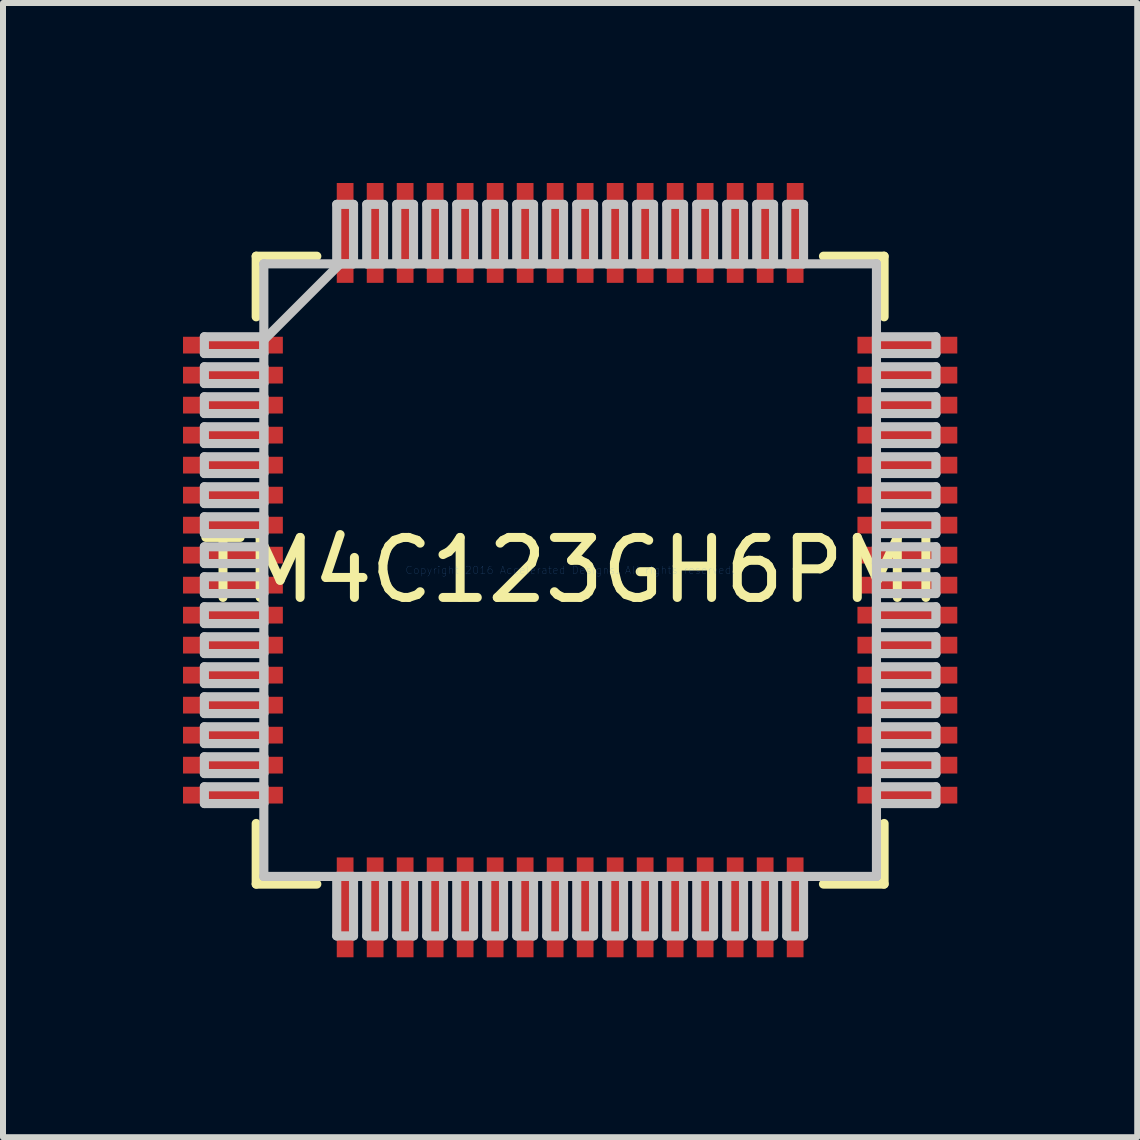
<source format=kicad_pcb>
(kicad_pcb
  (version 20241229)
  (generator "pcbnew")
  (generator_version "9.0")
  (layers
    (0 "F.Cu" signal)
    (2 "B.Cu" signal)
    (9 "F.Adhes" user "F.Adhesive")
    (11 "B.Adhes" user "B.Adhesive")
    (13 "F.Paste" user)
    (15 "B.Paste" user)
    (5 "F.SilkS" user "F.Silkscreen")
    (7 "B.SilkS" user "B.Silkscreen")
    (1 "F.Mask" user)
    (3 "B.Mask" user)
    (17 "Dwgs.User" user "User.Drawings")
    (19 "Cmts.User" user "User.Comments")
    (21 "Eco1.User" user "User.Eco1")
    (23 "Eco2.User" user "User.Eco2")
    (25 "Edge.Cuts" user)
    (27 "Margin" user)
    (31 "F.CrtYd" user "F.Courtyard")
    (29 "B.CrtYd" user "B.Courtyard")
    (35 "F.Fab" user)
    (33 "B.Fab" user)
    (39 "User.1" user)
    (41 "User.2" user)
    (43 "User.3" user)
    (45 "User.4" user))
  (footprint "TM4C123GH6PMI"
    (layer "F.Cu")
    (at 6.452 6.452)
    (property "Reference" "TM4C123GH6PMI" (at 0 0 0) (layer "F.SilkS") (effects (font (size 1 1) (thickness 0.15))))
    (attr through_hole)
    (fp_line (start -5.232 -5.232) (end -5.232 -4.222) (stroke (width 0.152) (type solid)) (layer "F.SilkS"))
    (fp_line (start -5.232 4.222) (end -5.232 5.232) (stroke (width 0.152) (type solid)) (layer "F.SilkS"))
    (fp_line (start -5.232 5.232) (end -4.222 5.232) (stroke (width 0.152) (type solid)) (layer "F.SilkS"))
    (fp_line (start -4.222 -5.232) (end -5.232 -5.232) (stroke (width 0.152) (type solid)) (layer "F.SilkS"))
    (fp_line (start 4.222 5.232) (end 5.232 5.232) (stroke (width 0.152) (type solid)) (layer "F.SilkS"))
    (fp_line (start 5.232 -5.232) (end 4.222 -5.232) (stroke (width 0.152) (type solid)) (layer "F.SilkS"))
    (fp_line (start 5.232 -4.222) (end 5.232 -5.232) (stroke (width 0.152) (type solid)) (layer "F.SilkS"))
    (fp_line (start 5.232 5.232) (end 5.232 4.222) (stroke (width 0.152) (type solid)) (layer "F.SilkS"))
    (fp_line (start -6.096 -3.89) (end -6.096 -3.61) (stroke (width 0.152) (type solid)) (layer "Dwgs.User"))
    (fp_line (start -6.096 -3.61) (end -5.105 -3.61) (stroke (width 0.152) (type solid)) (layer "Dwgs.User"))
    (fp_line (start -6.096 -3.39) (end -6.096 -3.11) (stroke (width 0.152) (type solid)) (layer "Dwgs.User"))
    (fp_line (start -6.096 -3.11) (end -5.105 -3.11) (stroke (width 0.152) (type solid)) (layer "Dwgs.User"))
    (fp_line (start -6.096 -2.89) (end -6.096 -2.61) (stroke (width 0.152) (type solid)) (layer "Dwgs.User"))
    (fp_line (start -6.096 -2.61) (end -5.105 -2.61) (stroke (width 0.152) (type solid)) (layer "Dwgs.User"))
    (fp_line (start -6.096 -2.39) (end -6.096 -2.11) (stroke (width 0.152) (type solid)) (layer "Dwgs.User"))
    (fp_line (start -6.096 -2.11) (end -5.105 -2.11) (stroke (width 0.152) (type solid)) (layer "Dwgs.User"))
    (fp_line (start -6.096 -1.89) (end -6.096 -1.61) (stroke (width 0.152) (type solid)) (layer "Dwgs.User"))
    (fp_line (start -6.096 -1.61) (end -5.105 -1.61) (stroke (width 0.152) (type solid)) (layer "Dwgs.User"))
    (fp_line (start -6.096 -1.39) (end -6.096 -1.11) (stroke (width 0.152) (type solid)) (layer "Dwgs.User"))
    (fp_line (start -6.096 -1.11) (end -5.105 -1.11) (stroke (width 0.152) (type solid)) (layer "Dwgs.User"))
    (fp_line (start -6.096 -0.89) (end -6.096 -0.61) (stroke (width 0.152) (type solid)) (layer "Dwgs.User"))
    (fp_line (start -6.096 -0.61) (end -5.105 -0.61) (stroke (width 0.152) (type solid)) (layer "Dwgs.User"))
    (fp_line (start -6.096 -0.39) (end -6.096 -0.11) (stroke (width 0.152) (type solid)) (layer "Dwgs.User"))
    (fp_line (start -6.096 -0.11) (end -5.105 -0.11) (stroke (width 0.152) (type solid)) (layer "Dwgs.User"))
    (fp_line (start -6.096 0.11) (end -6.096 0.39) (stroke (width 0.152) (type solid)) (layer "Dwgs.User"))
    (fp_line (start -6.096 0.39) (end -5.105 0.39) (stroke (width 0.152) (type solid)) (layer "Dwgs.User"))
    (fp_line (start -6.096 0.61) (end -6.096 0.89) (stroke (width 0.152) (type solid)) (layer "Dwgs.User"))
    (fp_line (start -6.096 0.89) (end -5.105 0.89) (stroke (width 0.152) (type solid)) (layer "Dwgs.User"))
    (fp_line (start -6.096 1.11) (end -6.096 1.39) (stroke (width 0.152) (type solid)) (layer "Dwgs.User"))
    (fp_line (start -6.096 1.39) (end -5.105 1.39) (stroke (width 0.152) (type solid)) (layer "Dwgs.User"))
    (fp_line (start -6.096 1.61) (end -6.096 1.89) (stroke (width 0.152) (type solid)) (layer "Dwgs.User"))
    (fp_line (start -6.096 1.89) (end -5.105 1.89) (stroke (width 0.152) (type solid)) (layer "Dwgs.User"))
    (fp_line (start -6.096 2.11) (end -6.096 2.39) (stroke (width 0.152) (type solid)) (layer "Dwgs.User"))
    (fp_line (start -6.096 2.39) (end -5.105 2.39) (stroke (width 0.152) (type solid)) (layer "Dwgs.User"))
    (fp_line (start -6.096 2.61) (end -6.096 2.89) (stroke (width 0.152) (type solid)) (layer "Dwgs.User"))
    (fp_line (start -6.096 2.89) (end -5.105 2.89) (stroke (width 0.152) (type solid)) (layer "Dwgs.User"))
    (fp_line (start -6.096 3.11) (end -6.096 3.39) (stroke (width 0.152) (type solid)) (layer "Dwgs.User"))
    (fp_line (start -6.096 3.39) (end -5.105 3.39) (stroke (width 0.152) (type solid)) (layer "Dwgs.User"))
    (fp_line (start -6.096 3.61) (end -6.096 3.89) (stroke (width 0.152) (type solid)) (layer "Dwgs.User"))
    (fp_line (start -6.096 3.89) (end -5.105 3.89) (stroke (width 0.152) (type solid)) (layer "Dwgs.User"))
    (fp_line (start -5.105 -5.105) (end -5.105 -5.105) (stroke (width 0.152) (type solid)) (layer "Dwgs.User"))
    (fp_line (start -5.105 -5.105) (end -5.105 5.105) (stroke (width 0.152) (type solid)) (layer "Dwgs.User"))
    (fp_line (start -5.105 -3.89) (end -6.096 -3.89) (stroke (width 0.152) (type solid)) (layer "Dwgs.User"))
    (fp_line (start -5.105 -3.835) (end -3.835 -5.105) (stroke (width 0.152) (type solid)) (layer "Dwgs.User"))
    (fp_line (start -5.105 -3.61) (end -5.105 -3.89) (stroke (width 0.152) (type solid)) (layer "Dwgs.User"))
    (fp_line (start -5.105 -3.39) (end -6.096 -3.39) (stroke (width 0.152) (type solid)) (layer "Dwgs.User"))
    (fp_line (start -5.105 -3.11) (end -5.105 -3.39) (stroke (width 0.152) (type solid)) (layer "Dwgs.User"))
    (fp_line (start -5.105 -2.89) (end -6.096 -2.89) (stroke (width 0.152) (type solid)) (layer "Dwgs.User"))
    (fp_line (start -5.105 -2.61) (end -5.105 -2.89) (stroke (width 0.152) (type solid)) (layer "Dwgs.User"))
    (fp_line (start -5.105 -2.39) (end -6.096 -2.39) (stroke (width 0.152) (type solid)) (layer "Dwgs.User"))
    (fp_line (start -5.105 -2.11) (end -5.105 -2.39) (stroke (width 0.152) (type solid)) (layer "Dwgs.User"))
    (fp_line (start -5.105 -1.89) (end -6.096 -1.89) (stroke (width 0.152) (type solid)) (layer "Dwgs.User"))
    (fp_line (start -5.105 -1.61) (end -5.105 -1.89) (stroke (width 0.152) (type solid)) (layer "Dwgs.User"))
    (fp_line (start -5.105 -1.39) (end -6.096 -1.39) (stroke (width 0.152) (type solid)) (layer "Dwgs.User"))
    (fp_line (start -5.105 -1.11) (end -5.105 -1.39) (stroke (width 0.152) (type solid)) (layer "Dwgs.User"))
    (fp_line (start -5.105 -0.89) (end -6.096 -0.89) (stroke (width 0.152) (type solid)) (layer "Dwgs.User"))
    (fp_line (start -5.105 -0.61) (end -5.105 -0.89) (stroke (width 0.152) (type solid)) (layer "Dwgs.User"))
    (fp_line (start -5.105 -0.39) (end -6.096 -0.39) (stroke (width 0.152) (type solid)) (layer "Dwgs.User"))
    (fp_line (start -5.105 -0.11) (end -5.105 -0.39) (stroke (width 0.152) (type solid)) (layer "Dwgs.User"))
    (fp_line (start -5.105 0.11) (end -6.096 0.11) (stroke (width 0.152) (type solid)) (layer "Dwgs.User"))
    (fp_line (start -5.105 0.39) (end -5.105 0.11) (stroke (width 0.152) (type solid)) (layer "Dwgs.User"))
    (fp_line (start -5.105 0.61) (end -6.096 0.61) (stroke (width 0.152) (type solid)) (layer "Dwgs.User"))
    (fp_line (start -5.105 0.89) (end -5.105 0.61) (stroke (width 0.152) (type solid)) (layer "Dwgs.User"))
    (fp_line (start -5.105 1.11) (end -6.096 1.11) (stroke (width 0.152) (type solid)) (layer "Dwgs.User"))
    (fp_line (start -5.105 1.39) (end -5.105 1.11) (stroke (width 0.152) (type solid)) (layer "Dwgs.User"))
    (fp_line (start -5.105 1.61) (end -6.096 1.61) (stroke (width 0.152) (type solid)) (layer "Dwgs.User"))
    (fp_line (start -5.105 1.89) (end -5.105 1.61) (stroke (width 0.152) (type solid)) (layer "Dwgs.User"))
    (fp_line (start -5.105 2.11) (end -6.096 2.11) (stroke (width 0.152) (type solid)) (layer "Dwgs.User"))
    (fp_line (start -5.105 2.39) (end -5.105 2.11) (stroke (width 0.152) (type solid)) (layer "Dwgs.User"))
    (fp_line (start -5.105 2.61) (end -6.096 2.61) (stroke (width 0.152) (type solid)) (layer "Dwgs.User"))
    (fp_line (start -5.105 2.89) (end -5.105 2.61) (stroke (width 0.152) (type solid)) (layer "Dwgs.User"))
    (fp_line (start -5.105 3.11) (end -6.096 3.11) (stroke (width 0.152) (type solid)) (layer "Dwgs.User"))
    (fp_line (start -5.105 3.39) (end -5.105 3.11) (stroke (width 0.152) (type solid)) (layer "Dwgs.User"))
    (fp_line (start -5.105 3.61) (end -6.096 3.61) (stroke (width 0.152) (type solid)) (layer "Dwgs.User"))
    (fp_line (start -5.105 3.89) (end -5.105 3.61) (stroke (width 0.152) (type solid)) (layer "Dwgs.User"))
    (fp_line (start -5.105 5.105) (end -5.105 5.105) (stroke (width 0.152) (type solid)) (layer "Dwgs.User"))
    (fp_line (start -5.105 5.105) (end 5.105 5.105) (stroke (width 0.152) (type solid)) (layer "Dwgs.User"))
    (fp_line (start -3.89 -6.096) (end -3.89 -5.105) (stroke (width 0.152) (type solid)) (layer "Dwgs.User"))
    (fp_line (start -3.89 -5.105) (end -3.61 -5.105) (stroke (width 0.152) (type solid)) (layer "Dwgs.User"))
    (fp_line (start -3.89 5.105) (end -3.89 6.096) (stroke (width 0.152) (type solid)) (layer "Dwgs.User"))
    (fp_line (start -3.89 6.096) (end -3.61 6.096) (stroke (width 0.152) (type solid)) (layer "Dwgs.User"))
    (fp_line (start -3.61 -6.096) (end -3.89 -6.096) (stroke (width 0.152) (type solid)) (layer "Dwgs.User"))
    (fp_line (start -3.61 -5.105) (end -3.61 -6.096) (stroke (width 0.152) (type solid)) (layer "Dwgs.User"))
    (fp_line (start -3.61 5.105) (end -3.89 5.105) (stroke (width 0.152) (type solid)) (layer "Dwgs.User"))
    (fp_line (start -3.61 6.096) (end -3.61 5.105) (stroke (width 0.152) (type solid)) (layer "Dwgs.User"))
    (fp_line (start -3.39 -6.096) (end -3.39 -5.105) (stroke (width 0.152) (type solid)) (layer "Dwgs.User"))
    (fp_line (start -3.39 -5.105) (end -3.11 -5.105) (stroke (width 0.152) (type solid)) (layer "Dwgs.User"))
    (fp_line (start -3.39 5.105) (end -3.39 6.096) (stroke (width 0.152) (type solid)) (layer "Dwgs.User"))
    (fp_line (start -3.39 6.096) (end -3.11 6.096) (stroke (width 0.152) (type solid)) (layer "Dwgs.User"))
    (fp_line (start -3.11 -6.096) (end -3.39 -6.096) (stroke (width 0.152) (type solid)) (layer "Dwgs.User"))
    (fp_line (start -3.11 -5.105) (end -3.11 -6.096) (stroke (width 0.152) (type solid)) (layer "Dwgs.User"))
    (fp_line (start -3.11 5.105) (end -3.39 5.105) (stroke (width 0.152) (type solid)) (layer "Dwgs.User"))
    (fp_line (start -3.11 6.096) (end -3.11 5.105) (stroke (width 0.152) (type solid)) (layer "Dwgs.User"))
    (fp_line (start -2.89 -6.096) (end -2.89 -5.105) (stroke (width 0.152) (type solid)) (layer "Dwgs.User"))
    (fp_line (start -2.89 -5.105) (end -2.61 -5.105) (stroke (width 0.152) (type solid)) (layer "Dwgs.User"))
    (fp_line (start -2.89 5.105) (end -2.89 6.096) (stroke (width 0.152) (type solid)) (layer "Dwgs.User"))
    (fp_line (start -2.89 6.096) (end -2.61 6.096) (stroke (width 0.152) (type solid)) (layer "Dwgs.User"))
    (fp_line (start -2.61 -6.096) (end -2.89 -6.096) (stroke (width 0.152) (type solid)) (layer "Dwgs.User"))
    (fp_line (start -2.61 -5.105) (end -2.61 -6.096) (stroke (width 0.152) (type solid)) (layer "Dwgs.User"))
    (fp_line (start -2.61 5.105) (end -2.89 5.105) (stroke (width 0.152) (type solid)) (layer "Dwgs.User"))
    (fp_line (start -2.61 6.096) (end -2.61 5.105) (stroke (width 0.152) (type solid)) (layer "Dwgs.User"))
    (fp_line (start -2.39 -6.096) (end -2.39 -5.105) (stroke (width 0.152) (type solid)) (layer "Dwgs.User"))
    (fp_line (start -2.39 -5.105) (end -2.11 -5.105) (stroke (width 0.152) (type solid)) (layer "Dwgs.User"))
    (fp_line (start -2.39 5.105) (end -2.39 6.096) (stroke (width 0.152) (type solid)) (layer "Dwgs.User"))
    (fp_line (start -2.39 6.096) (end -2.11 6.096) (stroke (width 0.152) (type solid)) (layer "Dwgs.User"))
    (fp_line (start -2.11 -6.096) (end -2.39 -6.096) (stroke (width 0.152) (type solid)) (layer "Dwgs.User"))
    (fp_line (start -2.11 -5.105) (end -2.11 -6.096) (stroke (width 0.152) (type solid)) (layer "Dwgs.User"))
    (fp_line (start -2.11 5.105) (end -2.39 5.105) (stroke (width 0.152) (type solid)) (layer "Dwgs.User"))
    (fp_line (start -2.11 6.096) (end -2.11 5.105) (stroke (width 0.152) (type solid)) (layer "Dwgs.User"))
    (fp_line (start -1.89 -6.096) (end -1.89 -5.105) (stroke (width 0.152) (type solid)) (layer "Dwgs.User"))
    (fp_line (start -1.89 -5.105) (end -1.61 -5.105) (stroke (width 0.152) (type solid)) (layer "Dwgs.User"))
    (fp_line (start -1.89 5.105) (end -1.89 6.096) (stroke (width 0.152) (type solid)) (layer "Dwgs.User"))
    (fp_line (start -1.89 6.096) (end -1.61 6.096) (stroke (width 0.152) (type solid)) (layer "Dwgs.User"))
    (fp_line (start -1.61 -6.096) (end -1.89 -6.096) (stroke (width 0.152) (type solid)) (layer "Dwgs.User"))
    (fp_line (start -1.61 -5.105) (end -1.61 -6.096) (stroke (width 0.152) (type solid)) (layer "Dwgs.User"))
    (fp_line (start -1.61 5.105) (end -1.89 5.105) (stroke (width 0.152) (type solid)) (layer "Dwgs.User"))
    (fp_line (start -1.61 6.096) (end -1.61 5.105) (stroke (width 0.152) (type solid)) (layer "Dwgs.User"))
    (fp_line (start -1.39 -6.096) (end -1.39 -5.105) (stroke (width 0.152) (type solid)) (layer "Dwgs.User"))
    (fp_line (start -1.39 -5.105) (end -1.11 -5.105) (stroke (width 0.152) (type solid)) (layer "Dwgs.User"))
    (fp_line (start -1.39 5.105) (end -1.39 6.096) (stroke (width 0.152) (type solid)) (layer "Dwgs.User"))
    (fp_line (start -1.39 6.096) (end -1.11 6.096) (stroke (width 0.152) (type solid)) (layer "Dwgs.User"))
    (fp_line (start -1.11 -6.096) (end -1.39 -6.096) (stroke (width 0.152) (type solid)) (layer "Dwgs.User"))
    (fp_line (start -1.11 -5.105) (end -1.11 -6.096) (stroke (width 0.152) (type solid)) (layer "Dwgs.User"))
    (fp_line (start -1.11 5.105) (end -1.39 5.105) (stroke (width 0.152) (type solid)) (layer "Dwgs.User"))
    (fp_line (start -1.11 6.096) (end -1.11 5.105) (stroke (width 0.152) (type solid)) (layer "Dwgs.User"))
    (fp_line (start -0.89 -6.096) (end -0.89 -5.105) (stroke (width 0.152) (type solid)) (layer "Dwgs.User"))
    (fp_line (start -0.89 -5.105) (end -0.61 -5.105) (stroke (width 0.152) (type solid)) (layer "Dwgs.User"))
    (fp_line (start -0.89 5.105) (end -0.89 6.096) (stroke (width 0.152) (type solid)) (layer "Dwgs.User"))
    (fp_line (start -0.89 6.096) (end -0.61 6.096) (stroke (width 0.152) (type solid)) (layer "Dwgs.User"))
    (fp_line (start -0.61 -6.096) (end -0.89 -6.096) (stroke (width 0.152) (type solid)) (layer "Dwgs.User"))
    (fp_line (start -0.61 -5.105) (end -0.61 -6.096) (stroke (width 0.152) (type solid)) (layer "Dwgs.User"))
    (fp_line (start -0.61 5.105) (end -0.89 5.105) (stroke (width 0.152) (type solid)) (layer "Dwgs.User"))
    (fp_line (start -0.61 6.096) (end -0.61 5.105) (stroke (width 0.152) (type solid)) (layer "Dwgs.User"))
    (fp_line (start -0.39 -6.096) (end -0.39 -5.105) (stroke (width 0.152) (type solid)) (layer "Dwgs.User"))
    (fp_line (start -0.39 -5.105) (end -0.11 -5.105) (stroke (width 0.152) (type solid)) (layer "Dwgs.User"))
    (fp_line (start -0.39 5.105) (end -0.39 6.096) (stroke (width 0.152) (type solid)) (layer "Dwgs.User"))
    (fp_line (start -0.39 6.096) (end -0.11 6.096) (stroke (width 0.152) (type solid)) (layer "Dwgs.User"))
    (fp_line (start -0.11 -6.096) (end -0.39 -6.096) (stroke (width 0.152) (type solid)) (layer "Dwgs.User"))
    (fp_line (start -0.11 -5.105) (end -0.11 -6.096) (stroke (width 0.152) (type solid)) (layer "Dwgs.User"))
    (fp_line (start -0.11 5.105) (end -0.39 5.105) (stroke (width 0.152) (type solid)) (layer "Dwgs.User"))
    (fp_line (start -0.11 6.096) (end -0.11 5.105) (stroke (width 0.152) (type solid)) (layer "Dwgs.User"))
    (fp_line (start 0.11 -6.096) (end 0.11 -5.105) (stroke (width 0.152) (type solid)) (layer "Dwgs.User"))
    (fp_line (start 0.11 -5.105) (end 0.39 -5.105) (stroke (width 0.152) (type solid)) (layer "Dwgs.User"))
    (fp_line (start 0.11 5.105) (end 0.11 6.096) (stroke (width 0.152) (type solid)) (layer "Dwgs.User"))
    (fp_line (start 0.11 6.096) (end 0.39 6.096) (stroke (width 0.152) (type solid)) (layer "Dwgs.User"))
    (fp_line (start 0.39 -6.096) (end 0.11 -6.096) (stroke (width 0.152) (type solid)) (layer "Dwgs.User"))
    (fp_line (start 0.39 -5.105) (end 0.39 -6.096) (stroke (width 0.152) (type solid)) (layer "Dwgs.User"))
    (fp_line (start 0.39 5.105) (end 0.11 5.105) (stroke (width 0.152) (type solid)) (layer "Dwgs.User"))
    (fp_line (start 0.39 6.096) (end 0.39 5.105) (stroke (width 0.152) (type solid)) (layer "Dwgs.User"))
    (fp_line (start 0.61 -6.096) (end 0.61 -5.105) (stroke (width 0.152) (type solid)) (layer "Dwgs.User"))
    (fp_line (start 0.61 -5.105) (end 0.89 -5.105) (stroke (width 0.152) (type solid)) (layer "Dwgs.User"))
    (fp_line (start 0.61 5.105) (end 0.61 6.096) (stroke (width 0.152) (type solid)) (layer "Dwgs.User"))
    (fp_line (start 0.61 6.096) (end 0.89 6.096) (stroke (width 0.152) (type solid)) (layer "Dwgs.User"))
    (fp_line (start 0.89 -6.096) (end 0.61 -6.096) (stroke (width 0.152) (type solid)) (layer "Dwgs.User"))
    (fp_line (start 0.89 -5.105) (end 0.89 -6.096) (stroke (width 0.152) (type solid)) (layer "Dwgs.User"))
    (fp_line (start 0.89 5.105) (end 0.61 5.105) (stroke (width 0.152) (type solid)) (layer "Dwgs.User"))
    (fp_line (start 0.89 6.096) (end 0.89 5.105) (stroke (width 0.152) (type solid)) (layer "Dwgs.User"))
    (fp_line (start 1.11 -6.096) (end 1.11 -5.105) (stroke (width 0.152) (type solid)) (layer "Dwgs.User"))
    (fp_line (start 1.11 -5.105) (end 1.39 -5.105) (stroke (width 0.152) (type solid)) (layer "Dwgs.User"))
    (fp_line (start 1.11 5.105) (end 1.11 6.096) (stroke (width 0.152) (type solid)) (layer "Dwgs.User"))
    (fp_line (start 1.11 6.096) (end 1.39 6.096) (stroke (width 0.152) (type solid)) (layer "Dwgs.User"))
    (fp_line (start 1.39 -6.096) (end 1.11 -6.096) (stroke (width 0.152) (type solid)) (layer "Dwgs.User"))
    (fp_line (start 1.39 -5.105) (end 1.39 -6.096) (stroke (width 0.152) (type solid)) (layer "Dwgs.User"))
    (fp_line (start 1.39 5.105) (end 1.11 5.105) (stroke (width 0.152) (type solid)) (layer "Dwgs.User"))
    (fp_line (start 1.39 6.096) (end 1.39 5.105) (stroke (width 0.152) (type solid)) (layer "Dwgs.User"))
    (fp_line (start 1.61 -6.096) (end 1.61 -5.105) (stroke (width 0.152) (type solid)) (layer "Dwgs.User"))
    (fp_line (start 1.61 -5.105) (end 1.89 -5.105) (stroke (width 0.152) (type solid)) (layer "Dwgs.User"))
    (fp_line (start 1.61 5.105) (end 1.61 6.096) (stroke (width 0.152) (type solid)) (layer "Dwgs.User"))
    (fp_line (start 1.61 6.096) (end 1.89 6.096) (stroke (width 0.152) (type solid)) (layer "Dwgs.User"))
    (fp_line (start 1.89 -6.096) (end 1.61 -6.096) (stroke (width 0.152) (type solid)) (layer "Dwgs.User"))
    (fp_line (start 1.89 -5.105) (end 1.89 -6.096) (stroke (width 0.152) (type solid)) (layer "Dwgs.User"))
    (fp_line (start 1.89 5.105) (end 1.61 5.105) (stroke (width 0.152) (type solid)) (layer "Dwgs.User"))
    (fp_line (start 1.89 6.096) (end 1.89 5.105) (stroke (width 0.152) (type solid)) (layer "Dwgs.User"))
    (fp_line (start 2.11 -6.096) (end 2.11 -5.105) (stroke (width 0.152) (type solid)) (layer "Dwgs.User"))
    (fp_line (start 2.11 -5.105) (end 2.39 -5.105) (stroke (width 0.152) (type solid)) (layer "Dwgs.User"))
    (fp_line (start 2.11 5.105) (end 2.11 6.096) (stroke (width 0.152) (type solid)) (layer "Dwgs.User"))
    (fp_line (start 2.11 6.096) (end 2.39 6.096) (stroke (width 0.152) (type solid)) (layer "Dwgs.User"))
    (fp_line (start 2.39 -6.096) (end 2.11 -6.096) (stroke (width 0.152) (type solid)) (layer "Dwgs.User"))
    (fp_line (start 2.39 -5.105) (end 2.39 -6.096) (stroke (width 0.152) (type solid)) (layer "Dwgs.User"))
    (fp_line (start 2.39 5.105) (end 2.11 5.105) (stroke (width 0.152) (type solid)) (layer "Dwgs.User"))
    (fp_line (start 2.39 6.096) (end 2.39 5.105) (stroke (width 0.152) (type solid)) (layer "Dwgs.User"))
    (fp_line (start 2.61 -6.096) (end 2.61 -5.105) (stroke (width 0.152) (type solid)) (layer "Dwgs.User"))
    (fp_line (start 2.61 -5.105) (end 2.89 -5.105) (stroke (width 0.152) (type solid)) (layer "Dwgs.User"))
    (fp_line (start 2.61 5.105) (end 2.61 6.096) (stroke (width 0.152) (type solid)) (layer "Dwgs.User"))
    (fp_line (start 2.61 6.096) (end 2.89 6.096) (stroke (width 0.152) (type solid)) (layer "Dwgs.User"))
    (fp_line (start 2.89 -6.096) (end 2.61 -6.096) (stroke (width 0.152) (type solid)) (layer "Dwgs.User"))
    (fp_line (start 2.89 -5.105) (end 2.89 -6.096) (stroke (width 0.152) (type solid)) (layer "Dwgs.User"))
    (fp_line (start 2.89 5.105) (end 2.61 5.105) (stroke (width 0.152) (type solid)) (layer "Dwgs.User"))
    (fp_line (start 2.89 6.096) (end 2.89 5.105) (stroke (width 0.152) (type solid)) (layer "Dwgs.User"))
    (fp_line (start 3.11 -6.096) (end 3.11 -5.105) (stroke (width 0.152) (type solid)) (layer "Dwgs.User"))
    (fp_line (start 3.11 -5.105) (end 3.39 -5.105) (stroke (width 0.152) (type solid)) (layer "Dwgs.User"))
    (fp_line (start 3.11 5.105) (end 3.11 6.096) (stroke (width 0.152) (type solid)) (layer "Dwgs.User"))
    (fp_line (start 3.11 6.096) (end 3.39 6.096) (stroke (width 0.152) (type solid)) (layer "Dwgs.User"))
    (fp_line (start 3.39 -6.096) (end 3.11 -6.096) (stroke (width 0.152) (type solid)) (layer "Dwgs.User"))
    (fp_line (start 3.39 -5.105) (end 3.39 -6.096) (stroke (width 0.152) (type solid)) (layer "Dwgs.User"))
    (fp_line (start 3.39 5.105) (end 3.11 5.105) (stroke (width 0.152) (type solid)) (layer "Dwgs.User"))
    (fp_line (start 3.39 6.096) (end 3.39 5.105) (stroke (width 0.152) (type solid)) (layer "Dwgs.User"))
    (fp_line (start 3.61 -6.096) (end 3.61 -5.105) (stroke (width 0.152) (type solid)) (layer "Dwgs.User"))
    (fp_line (start 3.61 -5.105) (end 3.89 -5.105) (stroke (width 0.152) (type solid)) (layer "Dwgs.User"))
    (fp_line (start 3.61 5.105) (end 3.61 6.096) (stroke (width 0.152) (type solid)) (layer "Dwgs.User"))
    (fp_line (start 3.61 6.096) (end 3.89 6.096) (stroke (width 0.152) (type solid)) (layer "Dwgs.User"))
    (fp_line (start 3.89 -6.096) (end 3.61 -6.096) (stroke (width 0.152) (type solid)) (layer "Dwgs.User"))
    (fp_line (start 3.89 -5.105) (end 3.89 -6.096) (stroke (width 0.152) (type solid)) (layer "Dwgs.User"))
    (fp_line (start 3.89 5.105) (end 3.61 5.105) (stroke (width 0.152) (type solid)) (layer "Dwgs.User"))
    (fp_line (start 3.89 6.096) (end 3.89 5.105) (stroke (width 0.152) (type solid)) (layer "Dwgs.User"))
    (fp_line (start 5.105 -5.105) (end -5.105 -5.105) (stroke (width 0.152) (type solid)) (layer "Dwgs.User"))
    (fp_line (start 5.105 -5.105) (end 5.105 -5.105) (stroke (width 0.152) (type solid)) (layer "Dwgs.User"))
    (fp_line (start 5.105 -3.89) (end 5.105 -3.61) (stroke (width 0.152) (type solid)) (layer "Dwgs.User"))
    (fp_line (start 5.105 -3.61) (end 6.096 -3.61) (stroke (width 0.152) (type solid)) (layer "Dwgs.User"))
    (fp_line (start 5.105 -3.39) (end 5.105 -3.11) (stroke (width 0.152) (type solid)) (layer "Dwgs.User"))
    (fp_line (start 5.105 -3.11) (end 6.096 -3.11) (stroke (width 0.152) (type solid)) (layer "Dwgs.User"))
    (fp_line (start 5.105 -2.89) (end 5.105 -2.61) (stroke (width 0.152) (type solid)) (layer "Dwgs.User"))
    (fp_line (start 5.105 -2.61) (end 6.096 -2.61) (stroke (width 0.152) (type solid)) (layer "Dwgs.User"))
    (fp_line (start 5.105 -2.39) (end 5.105 -2.11) (stroke (width 0.152) (type solid)) (layer "Dwgs.User"))
    (fp_line (start 5.105 -2.11) (end 6.096 -2.11) (stroke (width 0.152) (type solid)) (layer "Dwgs.User"))
    (fp_line (start 5.105 -1.89) (end 5.105 -1.61) (stroke (width 0.152) (type solid)) (layer "Dwgs.User"))
    (fp_line (start 5.105 -1.61) (end 6.096 -1.61) (stroke (width 0.152) (type solid)) (layer "Dwgs.User"))
    (fp_line (start 5.105 -1.39) (end 5.105 -1.11) (stroke (width 0.152) (type solid)) (layer "Dwgs.User"))
    (fp_line (start 5.105 -1.11) (end 6.096 -1.11) (stroke (width 0.152) (type solid)) (layer "Dwgs.User"))
    (fp_line (start 5.105 -0.89) (end 5.105 -0.61) (stroke (width 0.152) (type solid)) (layer "Dwgs.User"))
    (fp_line (start 5.105 -0.61) (end 6.096 -0.61) (stroke (width 0.152) (type solid)) (layer "Dwgs.User"))
    (fp_line (start 5.105 -0.39) (end 5.105 -0.11) (stroke (width 0.152) (type solid)) (layer "Dwgs.User"))
    (fp_line (start 5.105 -0.11) (end 6.096 -0.11) (stroke (width 0.152) (type solid)) (layer "Dwgs.User"))
    (fp_line (start 5.105 0.11) (end 5.105 0.39) (stroke (width 0.152) (type solid)) (layer "Dwgs.User"))
    (fp_line (start 5.105 0.39) (end 6.096 0.39) (stroke (width 0.152) (type solid)) (layer "Dwgs.User"))
    (fp_line (start 5.105 0.61) (end 5.105 0.89) (stroke (width 0.152) (type solid)) (layer "Dwgs.User"))
    (fp_line (start 5.105 0.89) (end 6.096 0.89) (stroke (width 0.152) (type solid)) (layer "Dwgs.User"))
    (fp_line (start 5.105 1.11) (end 5.105 1.39) (stroke (width 0.152) (type solid)) (layer "Dwgs.User"))
    (fp_line (start 5.105 1.39) (end 6.096 1.39) (stroke (width 0.152) (type solid)) (layer "Dwgs.User"))
    (fp_line (start 5.105 1.61) (end 5.105 1.89) (stroke (width 0.152) (type solid)) (layer "Dwgs.User"))
    (fp_line (start 5.105 1.89) (end 6.096 1.89) (stroke (width 0.152) (type solid)) (layer "Dwgs.User"))
    (fp_line (start 5.105 2.11) (end 5.105 2.39) (stroke (width 0.152) (type solid)) (layer "Dwgs.User"))
    (fp_line (start 5.105 2.39) (end 6.096 2.39) (stroke (width 0.152) (type solid)) (layer "Dwgs.User"))
    (fp_line (start 5.105 2.61) (end 5.105 2.89) (stroke (width 0.152) (type solid)) (layer "Dwgs.User"))
    (fp_line (start 5.105 2.89) (end 6.096 2.89) (stroke (width 0.152) (type solid)) (layer "Dwgs.User"))
    (fp_line (start 5.105 3.11) (end 5.105 3.39) (stroke (width 0.152) (type solid)) (layer "Dwgs.User"))
    (fp_line (start 5.105 3.39) (end 6.096 3.39) (stroke (width 0.152) (type solid)) (layer "Dwgs.User"))
    (fp_line (start 5.105 3.61) (end 5.105 3.89) (stroke (width 0.152) (type solid)) (layer "Dwgs.User"))
    (fp_line (start 5.105 3.89) (end 6.096 3.89) (stroke (width 0.152) (type solid)) (layer "Dwgs.User"))
    (fp_line (start 5.105 5.105) (end 5.105 -5.105) (stroke (width 0.152) (type solid)) (layer "Dwgs.User"))
    (fp_line (start 5.105 5.105) (end 5.105 5.105) (stroke (width 0.152) (type solid)) (layer "Dwgs.User"))
    (fp_line (start 6.096 -3.89) (end 5.105 -3.89) (stroke (width 0.152) (type solid)) (layer "Dwgs.User"))
    (fp_line (start 6.096 -3.61) (end 6.096 -3.89) (stroke (width 0.152) (type solid)) (layer "Dwgs.User"))
    (fp_line (start 6.096 -3.39) (end 5.105 -3.39) (stroke (width 0.152) (type solid)) (layer "Dwgs.User"))
    (fp_line (start 6.096 -3.11) (end 6.096 -3.39) (stroke (width 0.152) (type solid)) (layer "Dwgs.User"))
    (fp_line (start 6.096 -2.89) (end 5.105 -2.89) (stroke (width 0.152) (type solid)) (layer "Dwgs.User"))
    (fp_line (start 6.096 -2.61) (end 6.096 -2.89) (stroke (width 0.152) (type solid)) (layer "Dwgs.User"))
    (fp_line (start 6.096 -2.39) (end 5.105 -2.39) (stroke (width 0.152) (type solid)) (layer "Dwgs.User"))
    (fp_line (start 6.096 -2.11) (end 6.096 -2.39) (stroke (width 0.152) (type solid)) (layer "Dwgs.User"))
    (fp_line (start 6.096 -1.89) (end 5.105 -1.89) (stroke (width 0.152) (type solid)) (layer "Dwgs.User"))
    (fp_line (start 6.096 -1.61) (end 6.096 -1.89) (stroke (width 0.152) (type solid)) (layer "Dwgs.User"))
    (fp_line (start 6.096 -1.39) (end 5.105 -1.39) (stroke (width 0.152) (type solid)) (layer "Dwgs.User"))
    (fp_line (start 6.096 -1.11) (end 6.096 -1.39) (stroke (width 0.152) (type solid)) (layer "Dwgs.User"))
    (fp_line (start 6.096 -0.89) (end 5.105 -0.89) (stroke (width 0.152) (type solid)) (layer "Dwgs.User"))
    (fp_line (start 6.096 -0.61) (end 6.096 -0.89) (stroke (width 0.152) (type solid)) (layer "Dwgs.User"))
    (fp_line (start 6.096 -0.39) (end 5.105 -0.39) (stroke (width 0.152) (type solid)) (layer "Dwgs.User"))
    (fp_line (start 6.096 -0.11) (end 6.096 -0.39) (stroke (width 0.152) (type solid)) (layer "Dwgs.User"))
    (fp_line (start 6.096 0.11) (end 5.105 0.11) (stroke (width 0.152) (type solid)) (layer "Dwgs.User"))
    (fp_line (start 6.096 0.39) (end 6.096 0.11) (stroke (width 0.152) (type solid)) (layer "Dwgs.User"))
    (fp_line (start 6.096 0.61) (end 5.105 0.61) (stroke (width 0.152) (type solid)) (layer "Dwgs.User"))
    (fp_line (start 6.096 0.89) (end 6.096 0.61) (stroke (width 0.152) (type solid)) (layer "Dwgs.User"))
    (fp_line (start 6.096 1.11) (end 5.105 1.11) (stroke (width 0.152) (type solid)) (layer "Dwgs.User"))
    (fp_line (start 6.096 1.39) (end 6.096 1.11) (stroke (width 0.152) (type solid)) (layer "Dwgs.User"))
    (fp_line (start 6.096 1.61) (end 5.105 1.61) (stroke (width 0.152) (type solid)) (layer "Dwgs.User"))
    (fp_line (start 6.096 1.89) (end 6.096 1.61) (stroke (width 0.152) (type solid)) (layer "Dwgs.User"))
    (fp_line (start 6.096 2.11) (end 5.105 2.11) (stroke (width 0.152) (type solid)) (layer "Dwgs.User"))
    (fp_line (start 6.096 2.39) (end 6.096 2.11) (stroke (width 0.152) (type solid)) (layer "Dwgs.User"))
    (fp_line (start 6.096 2.61) (end 5.105 2.61) (stroke (width 0.152) (type solid)) (layer "Dwgs.User"))
    (fp_line (start 6.096 2.89) (end 6.096 2.61) (stroke (width 0.152) (type solid)) (layer "Dwgs.User"))
    (fp_line (start 6.096 3.11) (end 5.105 3.11) (stroke (width 0.152) (type solid)) (layer "Dwgs.User"))
    (fp_line (start 6.096 3.39) (end 6.096 3.11) (stroke (width 0.152) (type solid)) (layer "Dwgs.User"))
    (fp_line (start 6.096 3.61) (end 5.105 3.61) (stroke (width 0.152) (type solid)) (layer "Dwgs.User"))
    (fp_line (start 6.096 3.89) (end 6.096 3.61) (stroke (width 0.152) (type solid)) (layer "Dwgs.User"))
    (fp_text user "Copyright 2016 Accelerated Designs. All rights reserved." (at 0 0 0) (layer "Cmts.User") (effects (font (size 0.127 0.127) (thickness 0.002))))
    (pad "1" smd rect (at -5.62 -3.75 90) (size 0.279 1.664) (layers "F.Cu" "F.Mask" "F.Paste"))
    (pad "2" smd rect (at -5.62 -3.25 90) (size 0.279 1.664) (layers "F.Cu" "F.Mask" "F.Paste"))
    (pad "3" smd rect (at -5.62 -2.75 90) (size 0.279 1.664) (layers "F.Cu" "F.Mask" "F.Paste"))
    (pad "4" smd rect (at -5.62 -2.25 90) (size 0.279 1.664) (layers "F.Cu" "F.Mask" "F.Paste"))
    (pad "5" smd rect (at -5.62 -1.75 90) (size 0.279 1.664) (layers "F.Cu" "F.Mask" "F.Paste"))
    (pad "6" smd rect (at -5.62 -1.25 90) (size 0.279 1.664) (layers "F.Cu" "F.Mask" "F.Paste"))
    (pad "7" smd rect (at -5.62 -0.75 90) (size 0.279 1.664) (layers "F.Cu" "F.Mask" "F.Paste"))
    (pad "8" smd rect (at -5.62 -0.25 90) (size 0.279 1.664) (layers "F.Cu" "F.Mask" "F.Paste"))
    (pad "9" smd rect (at -5.62 0.25 90) (size 0.279 1.664) (layers "F.Cu" "F.Mask" "F.Paste"))
    (pad "10" smd rect (at -5.62 0.75 90) (size 0.279 1.664) (layers "F.Cu" "F.Mask" "F.Paste"))
    (pad "11" smd rect (at -5.62 1.25 90) (size 0.279 1.664) (layers "F.Cu" "F.Mask" "F.Paste"))
    (pad "12" smd rect (at -5.62 1.75 90) (size 0.279 1.664) (layers "F.Cu" "F.Mask" "F.Paste"))
    (pad "13" smd rect (at -5.62 2.25 90) (size 0.279 1.664) (layers "F.Cu" "F.Mask" "F.Paste"))
    (pad "14" smd rect (at -5.62 2.75 90) (size 0.279 1.664) (layers "F.Cu" "F.Mask" "F.Paste"))
    (pad "15" smd rect (at -5.62 3.25 90) (size 0.279 1.664) (layers "F.Cu" "F.Mask" "F.Paste"))
    (pad "16" smd rect (at -5.62 3.75 90) (size 0.279 1.664) (layers "F.Cu" "F.Mask" "F.Paste"))
    (pad "17" smd rect (at -3.75 5.62) (size 0.279 1.664) (layers "F.Cu" "F.Mask" "F.Paste"))
    (pad "18" smd rect (at -3.25 5.62) (size 0.279 1.664) (layers "F.Cu" "F.Mask" "F.Paste"))
    (pad "19" smd rect (at -2.75 5.62) (size 0.279 1.664) (layers "F.Cu" "F.Mask" "F.Paste"))
    (pad "20" smd rect (at -2.25 5.62) (size 0.279 1.664) (layers "F.Cu" "F.Mask" "F.Paste"))
    (pad "21" smd rect (at -1.75 5.62) (size 0.279 1.664) (layers "F.Cu" "F.Mask" "F.Paste"))
    (pad "22" smd rect (at -1.25 5.62) (size 0.279 1.664) (layers "F.Cu" "F.Mask" "F.Paste"))
    (pad "23" smd rect (at -0.75 5.62) (size 0.279 1.664) (layers "F.Cu" "F.Mask" "F.Paste"))
    (pad "24" smd rect (at -0.25 5.62) (size 0.279 1.664) (layers "F.Cu" "F.Mask" "F.Paste"))
    (pad "25" smd rect (at 0.25 5.62) (size 0.279 1.664) (layers "F.Cu" "F.Mask" "F.Paste"))
    (pad "26" smd rect (at 0.75 5.62) (size 0.279 1.664) (layers "F.Cu" "F.Mask" "F.Paste"))
    (pad "27" smd rect (at 1.25 5.62) (size 0.279 1.664) (layers "F.Cu" "F.Mask" "F.Paste"))
    (pad "28" smd rect (at 1.75 5.62) (size 0.279 1.664) (layers "F.Cu" "F.Mask" "F.Paste"))
    (pad "29" smd rect (at 2.25 5.62) (size 0.279 1.664) (layers "F.Cu" "F.Mask" "F.Paste"))
    (pad "30" smd rect (at 2.75 5.62) (size 0.279 1.664) (layers "F.Cu" "F.Mask" "F.Paste"))
    (pad "31" smd rect (at 3.25 5.62) (size 0.279 1.664) (layers "F.Cu" "F.Mask" "F.Paste"))
    (pad "32" smd rect (at 3.75 5.62) (size 0.279 1.664) (layers "F.Cu" "F.Mask" "F.Paste"))
    (pad "33" smd rect (at 5.62 3.75 90) (size 0.279 1.664) (layers "F.Cu" "F.Mask" "F.Paste"))
    (pad "34" smd rect (at 5.62 3.25 90) (size 0.279 1.664) (layers "F.Cu" "F.Mask" "F.Paste"))
    (pad "35" smd rect (at 5.62 2.75 90) (size 0.279 1.664) (layers "F.Cu" "F.Mask" "F.Paste"))
    (pad "36" smd rect (at 5.62 2.25 90) (size 0.279 1.664) (layers "F.Cu" "F.Mask" "F.Paste"))
    (pad "37" smd rect (at 5.62 1.75 90) (size 0.279 1.664) (layers "F.Cu" "F.Mask" "F.Paste"))
    (pad "38" smd rect (at 5.62 1.25 90) (size 0.279 1.664) (layers "F.Cu" "F.Mask" "F.Paste"))
    (pad "39" smd rect (at 5.62 0.75 90) (size 0.279 1.664) (layers "F.Cu" "F.Mask" "F.Paste"))
    (pad "40" smd rect (at 5.62 0.25 90) (size 0.279 1.664) (layers "F.Cu" "F.Mask" "F.Paste"))
    (pad "41" smd rect (at 5.62 -0.25 90) (size 0.279 1.664) (layers "F.Cu" "F.Mask" "F.Paste"))
    (pad "42" smd rect (at 5.62 -0.75 90) (size 0.279 1.664) (layers "F.Cu" "F.Mask" "F.Paste"))
    (pad "43" smd rect (at 5.62 -1.25 90) (size 0.279 1.664) (layers "F.Cu" "F.Mask" "F.Paste"))
    (pad "44" smd rect (at 5.62 -1.75 90) (size 0.279 1.664) (layers "F.Cu" "F.Mask" "F.Paste"))
    (pad "45" smd rect (at 5.62 -2.25 90) (size 0.279 1.664) (layers "F.Cu" "F.Mask" "F.Paste"))
    (pad "46" smd rect (at 5.62 -2.75 90) (size 0.279 1.664) (layers "F.Cu" "F.Mask" "F.Paste"))
    (pad "47" smd rect (at 5.62 -3.25 90) (size 0.279 1.664) (layers "F.Cu" "F.Mask" "F.Paste"))
    (pad "48" smd rect (at 5.62 -3.75 90) (size 0.279 1.664) (layers "F.Cu" "F.Mask" "F.Paste"))
    (pad "49" smd rect (at 3.75 -5.62) (size 0.279 1.664) (layers "F.Cu" "F.Mask" "F.Paste"))
    (pad "50" smd rect (at 3.25 -5.62) (size 0.279 1.664) (layers "F.Cu" "F.Mask" "F.Paste"))
    (pad "51" smd rect (at 2.75 -5.62) (size 0.279 1.664) (layers "F.Cu" "F.Mask" "F.Paste"))
    (pad "52" smd rect (at 2.25 -5.62) (size 0.279 1.664) (layers "F.Cu" "F.Mask" "F.Paste"))
    (pad "53" smd rect (at 1.75 -5.62) (size 0.279 1.664) (layers "F.Cu" "F.Mask" "F.Paste"))
    (pad "54" smd rect (at 1.25 -5.62) (size 0.279 1.664) (layers "F.Cu" "F.Mask" "F.Paste"))
    (pad "55" smd rect (at 0.75 -5.62) (size 0.279 1.664) (layers "F.Cu" "F.Mask" "F.Paste"))
    (pad "56" smd rect (at 0.25 -5.62) (size 0.279 1.664) (layers "F.Cu" "F.Mask" "F.Paste"))
    (pad "57" smd rect (at -0.25 -5.62) (size 0.279 1.664) (layers "F.Cu" "F.Mask" "F.Paste"))
    (pad "58" smd rect (at -0.75 -5.62) (size 0.279 1.664) (layers "F.Cu" "F.Mask" "F.Paste"))
    (pad "59" smd rect (at -1.25 -5.62) (size 0.279 1.664) (layers "F.Cu" "F.Mask" "F.Paste"))
    (pad "60" smd rect (at -1.75 -5.62) (size 0.279 1.664) (layers "F.Cu" "F.Mask" "F.Paste"))
    (pad "61" smd rect (at -2.25 -5.62) (size 0.279 1.664) (layers "F.Cu" "F.Mask" "F.Paste"))
    (pad "62" smd rect (at -2.75 -5.62) (size 0.279 1.664) (layers "F.Cu" "F.Mask" "F.Paste"))
    (pad "63" smd rect (at -3.25 -5.62) (size 0.279 1.664) (layers "F.Cu" "F.Mask" "F.Paste"))
    (pad "64" smd rect (at -3.75 -5.62) (size 0.279 1.664) (layers "F.Cu" "F.Mask" "F.Paste")))
  (gr_rect
    (start -3 -3)
    (end 15.903 15.903)
    (stroke (width 0.1) (type default))
    (fill no)
    (layer "Edge.Cuts")))
</source>
